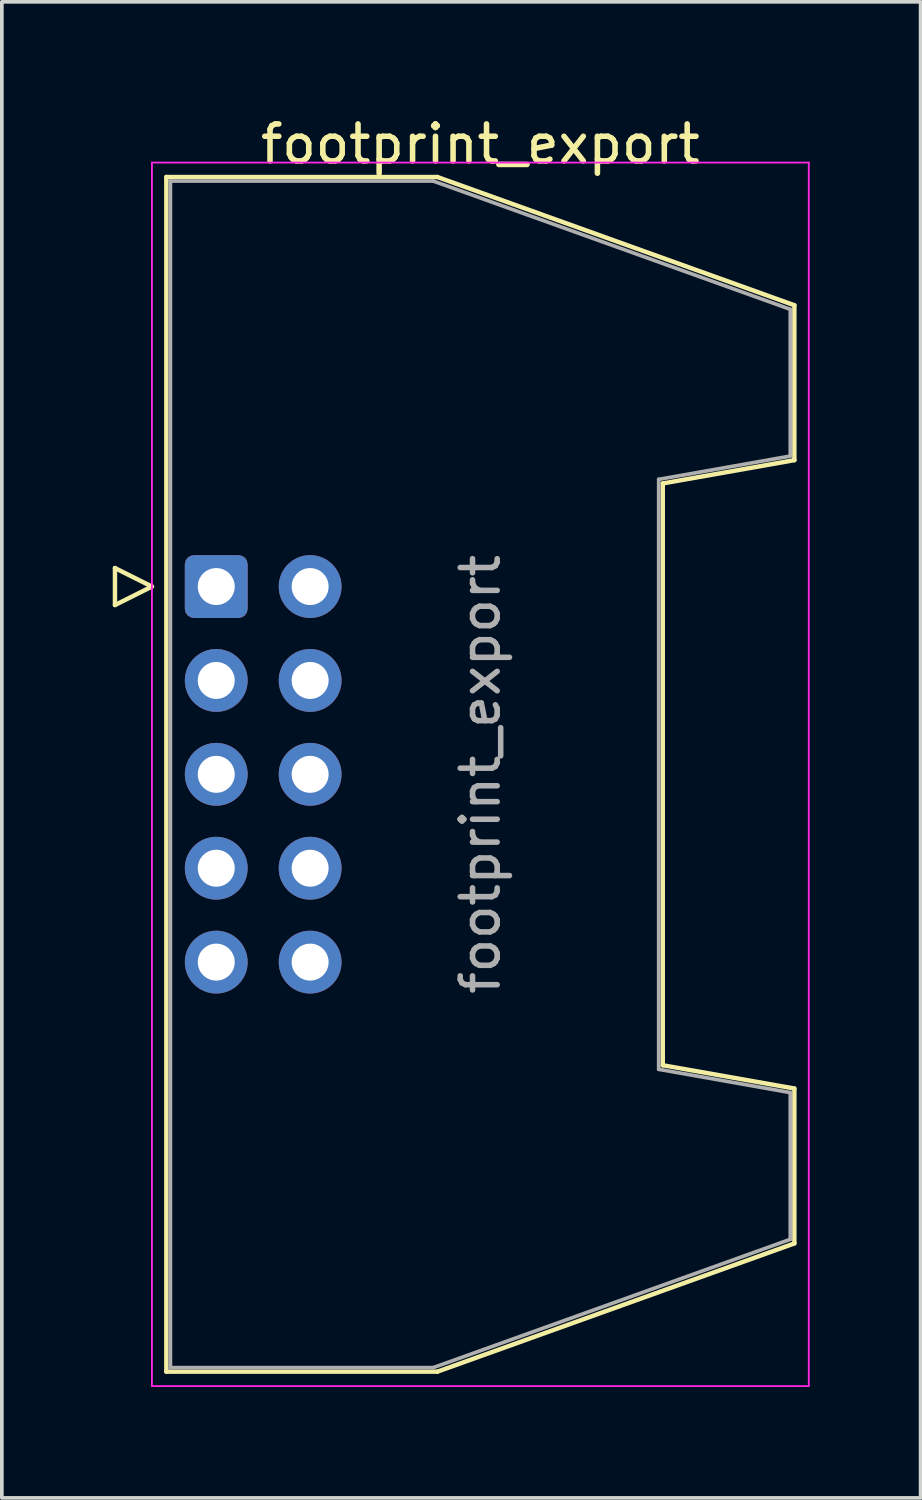
<source format=kicad_pcb>
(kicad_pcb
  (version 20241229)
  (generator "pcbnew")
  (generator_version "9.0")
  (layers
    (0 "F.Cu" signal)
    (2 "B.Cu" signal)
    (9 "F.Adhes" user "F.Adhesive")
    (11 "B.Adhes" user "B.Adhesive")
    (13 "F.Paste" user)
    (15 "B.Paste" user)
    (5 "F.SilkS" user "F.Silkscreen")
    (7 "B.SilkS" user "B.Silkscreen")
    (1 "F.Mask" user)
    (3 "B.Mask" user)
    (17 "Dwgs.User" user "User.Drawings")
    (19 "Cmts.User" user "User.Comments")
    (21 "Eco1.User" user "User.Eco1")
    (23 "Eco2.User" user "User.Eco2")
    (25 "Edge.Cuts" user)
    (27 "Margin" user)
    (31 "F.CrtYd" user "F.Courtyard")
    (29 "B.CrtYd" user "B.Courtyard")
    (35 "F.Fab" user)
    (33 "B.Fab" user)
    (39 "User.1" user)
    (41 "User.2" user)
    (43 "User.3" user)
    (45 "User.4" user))
  (footprint "footprint_export"
    (layer "F.Cu")
    (at 2.8 12.818)
    (property "Reference" "footprint_export" (at 7.145 -11.97 0) (layer "F.SilkS") (effects (font (size 1 1) (thickness 0.15))))
    (attr through_hole)
    (fp_line (start -2.74 -0.5) (end -2.74 0.5) (stroke (width 0.12) (type solid)) (layer "F.SilkS"))
    (fp_line (start -2.74 0.5) (end -1.74 0) (stroke (width 0.12) (type solid)) (layer "F.SilkS"))
    (fp_line (start -1.74 0) (end -2.74 -0.5) (stroke (width 0.12) (type solid)) (layer "F.SilkS"))
    (fp_line (start -1.35 -11.08) (end 5.98 -11.08) (stroke (width 0.12) (type solid)) (layer "F.SilkS"))
    (fp_line (start -1.35 21.24) (end -1.35 -11.08) (stroke (width 0.12) (type solid)) (layer "F.SilkS"))
    (fp_line (start 5.98 -11.08) (end 15.64 -7.61) (stroke (width 0.12) (type solid)) (layer "F.SilkS"))
    (fp_line (start 5.98 21.24) (end -1.35 21.24) (stroke (width 0.12) (type solid)) (layer "F.SilkS"))
    (fp_line (start 12.08 -2.79) (end 12.08 12.95) (stroke (width 0.12) (type solid)) (layer "F.SilkS"))
    (fp_line (start 12.08 12.95) (end 15.64 13.58) (stroke (width 0.12) (type solid)) (layer "F.SilkS"))
    (fp_line (start 15.64 -7.61) (end 15.64 -3.42) (stroke (width 0.12) (type solid)) (layer "F.SilkS"))
    (fp_line (start 15.64 -3.42) (end 12.08 -2.79) (stroke (width 0.12) (type solid)) (layer "F.SilkS"))
    (fp_line (start 15.64 13.58) (end 15.64 17.77) (stroke (width 0.12) (type solid)) (layer "F.SilkS"))
    (fp_line (start 15.64 17.77) (end 5.98 21.24) (stroke (width 0.12) (type solid)) (layer "F.SilkS"))
    (fp_line (start -1.74 -11.47) (end -1.74 21.63) (stroke (width 0.05) (type solid)) (layer "F.CrtYd"))
    (fp_line (start -1.74 21.63) (end 16.03 21.63) (stroke (width 0.05) (type solid)) (layer "F.CrtYd"))
    (fp_line (start 16.03 -11.47) (end -1.74 -11.47) (stroke (width 0.05) (type solid)) (layer "F.CrtYd"))
    (fp_line (start 16.03 21.63) (end 16.03 -11.47) (stroke (width 0.05) (type solid)) (layer "F.CrtYd"))
    (fp_line (start -1.24 -10.97) (end 5.87 -10.97) (stroke (width 0.1) (type solid)) (layer "F.Fab"))
    (fp_line (start -1.24 21.13) (end -1.24 -10.97) (stroke (width 0.1) (type solid)) (layer "F.Fab"))
    (fp_line (start 5.87 -10.97) (end 15.53 -7.5) (stroke (width 0.1) (type solid)) (layer "F.Fab"))
    (fp_line (start 5.87 21.13) (end -1.24 21.13) (stroke (width 0.1) (type solid)) (layer "F.Fab"))
    (fp_line (start 11.97 -2.9) (end 11.97 13.06) (stroke (width 0.1) (type solid)) (layer "F.Fab"))
    (fp_line (start 11.97 13.06) (end 15.53 13.69) (stroke (width 0.1) (type solid)) (layer "F.Fab"))
    (fp_line (start 15.53 -7.5) (end 15.53 -3.53) (stroke (width 0.1) (type solid)) (layer "F.Fab"))
    (fp_line (start 15.53 -3.53) (end 11.97 -2.9) (stroke (width 0.1) (type solid)) (layer "F.Fab"))
    (fp_line (start 15.53 13.69) (end 15.53 17.66) (stroke (width 0.1) (type solid)) (layer "F.Fab"))
    (fp_line (start 15.53 17.66) (end 5.87 21.13) (stroke (width 0.1) (type solid)) (layer "F.Fab"))
    (fp_text user "${REFERENCE}" (at 7.145 5.08 90) (layer "F.Fab") (effects (font (size 1 1) (thickness 0.15))))
    (pad "1" thru_hole roundrect (at 0 0) (size 1.7 1.7) (drill 1) (layers "*.Cu" "*.Mask") (roundrect_rratio 0.147))
    (pad "2" thru_hole circle (at 2.54 0) (size 1.7 1.7) (drill 1) (layers "*.Cu" "*.Mask"))
    (pad "3" thru_hole circle (at 0 2.54) (size 1.7 1.7) (drill 1) (layers "*.Cu" "*.Mask"))
    (pad "4" thru_hole circle (at 2.54 2.54) (size 1.7 1.7) (drill 1) (layers "*.Cu" "*.Mask"))
    (pad "5" thru_hole circle (at 0 5.08) (size 1.7 1.7) (drill 1) (layers "*.Cu" "*.Mask"))
    (pad "6" thru_hole circle (at 2.54 5.08) (size 1.7 1.7) (drill 1) (layers "*.Cu" "*.Mask"))
    (pad "7" thru_hole circle (at 0 7.62) (size 1.7 1.7) (drill 1) (layers "*.Cu" "*.Mask"))
    (pad "8" thru_hole circle (at 2.54 7.62) (size 1.7 1.7) (drill 1) (layers "*.Cu" "*.Mask"))
    (pad "9" thru_hole circle (at 0 10.16) (size 1.7 1.7) (drill 1) (layers "*.Cu" "*.Mask"))
    (pad "10" thru_hole circle (at 2.54 10.16) (size 1.7 1.7) (drill 1) (layers "*.Cu" "*.Mask")))
  (gr_rect
    (start -3 -3)
    (end 21.855 37.473)
    (stroke (width 0.1) (type default))
    (fill no)
    (layer "Edge.Cuts")))
</source>
